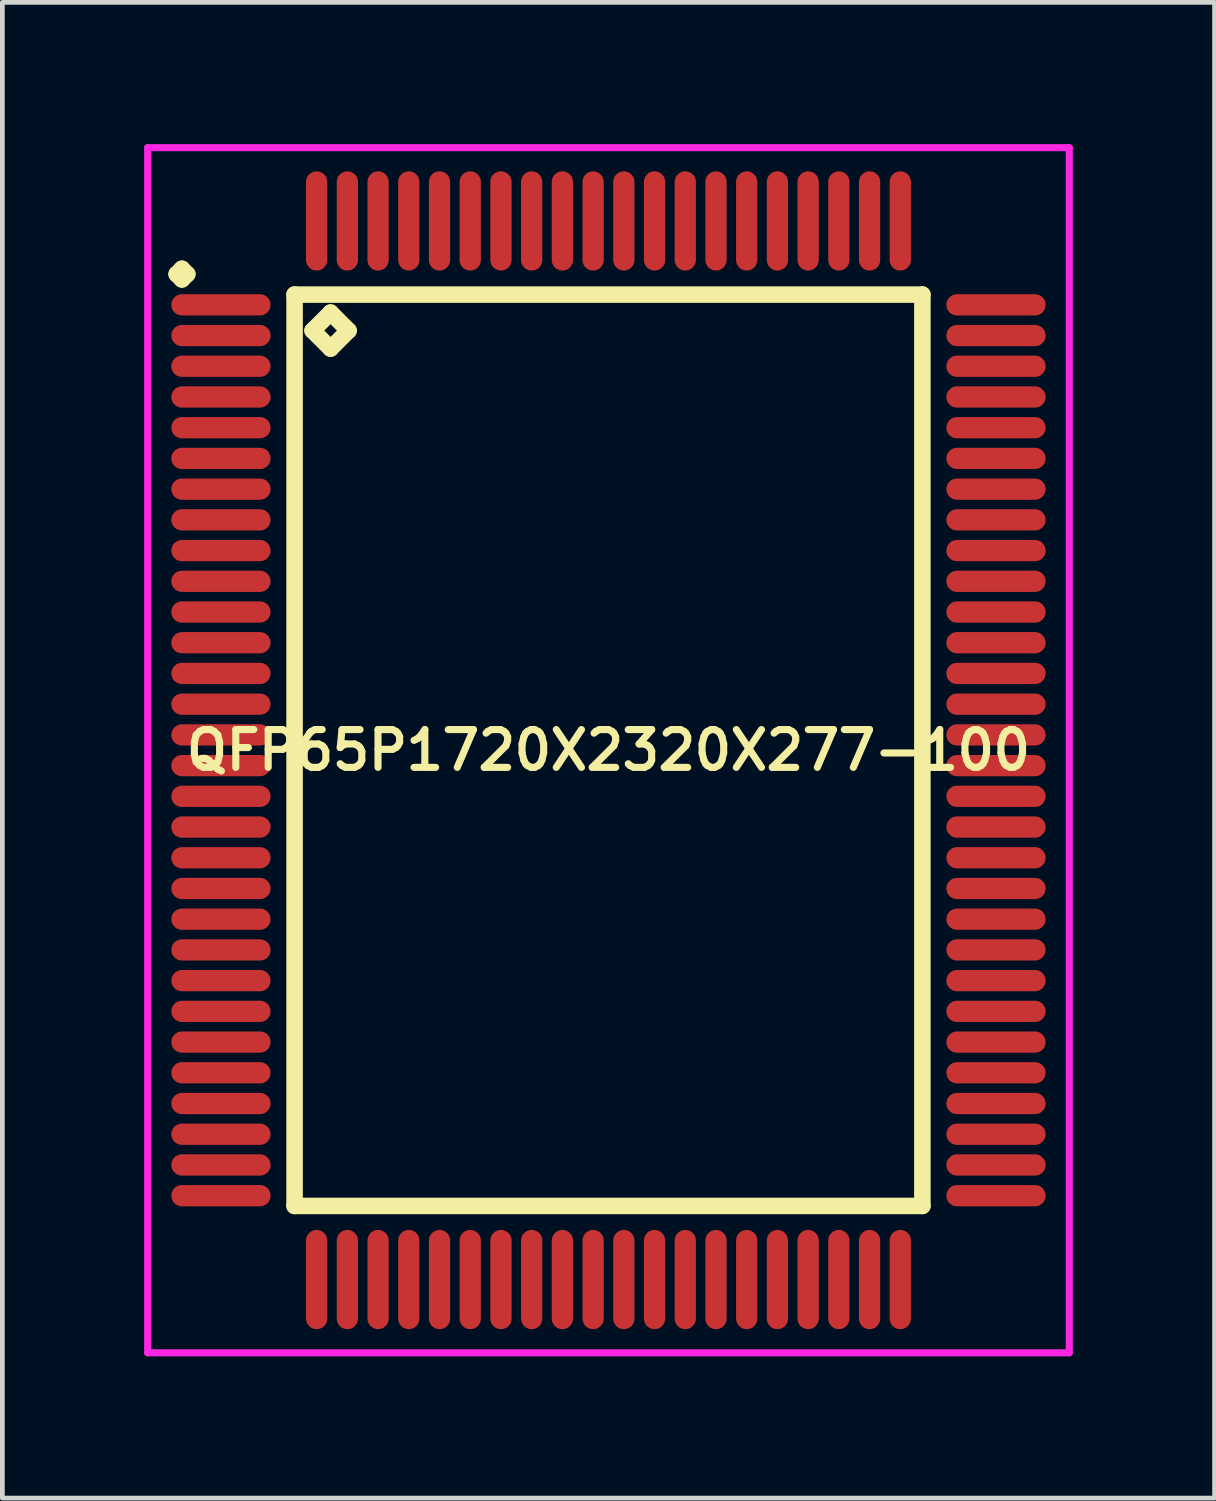
<source format=kicad_pcb>
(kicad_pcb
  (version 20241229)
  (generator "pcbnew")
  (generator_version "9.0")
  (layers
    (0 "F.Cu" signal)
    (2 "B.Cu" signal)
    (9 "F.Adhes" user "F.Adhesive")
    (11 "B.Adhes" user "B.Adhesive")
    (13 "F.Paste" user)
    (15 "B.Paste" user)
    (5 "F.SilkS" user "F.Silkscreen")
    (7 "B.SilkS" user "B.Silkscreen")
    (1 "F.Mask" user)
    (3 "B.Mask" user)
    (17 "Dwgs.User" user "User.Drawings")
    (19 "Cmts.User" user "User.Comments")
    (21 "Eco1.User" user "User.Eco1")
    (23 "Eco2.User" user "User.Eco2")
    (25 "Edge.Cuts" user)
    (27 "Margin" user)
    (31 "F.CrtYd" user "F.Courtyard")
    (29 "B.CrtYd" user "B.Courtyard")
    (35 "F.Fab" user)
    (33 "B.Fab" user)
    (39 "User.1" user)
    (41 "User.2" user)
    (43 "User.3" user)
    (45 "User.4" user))
  (footprint "QFP65P1720X2320X277-100"
    (layer "F.Cu")
    (at 9.825 12.825)
    (property "Reference" "QFP65P1720X2320X277-100" (at 0 0 0) (layer "F.SilkS") (effects (font (size 0.8 0.8) (thickness 0.15))))
    (attr smd)
    (fp_line (start -9.137 -10.075) (end -9.025 -10.188) (stroke (width 0.35) (type solid)) (layer "F.SilkS"))
    (fp_line (start -9.025 -10.188) (end -8.912 -10.075) (stroke (width 0.35) (type solid)) (layer "F.SilkS"))
    (fp_line (start -9.025 -9.963) (end -9.137 -10.075) (stroke (width 0.35) (type solid)) (layer "F.SilkS"))
    (fp_line (start -8.912 -10.075) (end -9.025 -9.963) (stroke (width 0.35) (type solid)) (layer "F.SilkS"))
    (fp_line (start -6.642 -9.642) (end -6.642 9.642) (stroke (width 0.35) (type solid)) (layer "F.SilkS"))
    (fp_line (start -6.642 9.642) (end 6.642 9.642) (stroke (width 0.35) (type solid)) (layer "F.SilkS"))
    (fp_line (start -6.261 -8.88) (end -5.88 -9.261) (stroke (width 0.35) (type solid)) (layer "F.SilkS"))
    (fp_line (start -5.88 -9.261) (end -5.499 -8.88) (stroke (width 0.35) (type solid)) (layer "F.SilkS"))
    (fp_line (start -5.88 -8.499) (end -6.261 -8.88) (stroke (width 0.35) (type solid)) (layer "F.SilkS"))
    (fp_line (start -5.499 -8.88) (end -5.88 -8.499) (stroke (width 0.35) (type solid)) (layer "F.SilkS"))
    (fp_line (start 6.642 -9.642) (end -6.642 -9.642) (stroke (width 0.35) (type solid)) (layer "F.SilkS"))
    (fp_line (start 6.642 9.642) (end 6.642 -9.642) (stroke (width 0.35) (type solid)) (layer "F.SilkS"))
    (fp_line (start -9.75 -12.75) (end 9.75 -12.75) (stroke (width 0.15) (type solid)) (layer "F.CrtYd"))
    (fp_line (start -9.75 12.75) (end -9.75 -12.75) (stroke (width 0.15) (type solid)) (layer "F.CrtYd"))
    (fp_line (start 9.75 -12.75) (end 9.75 12.75) (stroke (width 0.15) (type solid)) (layer "F.CrtYd"))
    (fp_line (start 9.75 12.75) (end -9.75 12.75) (stroke (width 0.15) (type solid)) (layer "F.CrtYd"))
    (pad "1" smd oval (at -8.2 -9.425) (size 2.1 0.45) (layers "F.Cu" "F.Mask" "F.Paste"))
    (pad "2" smd oval (at -8.2 -8.775) (size 2.1 0.45) (layers "F.Cu" "F.Mask" "F.Paste"))
    (pad "3" smd oval (at -8.2 -8.125) (size 2.1 0.45) (layers "F.Cu" "F.Mask" "F.Paste"))
    (pad "4" smd oval (at -8.2 -7.475) (size 2.1 0.45) (layers "F.Cu" "F.Mask" "F.Paste"))
    (pad "5" smd oval (at -8.2 -6.825) (size 2.1 0.45) (layers "F.Cu" "F.Mask" "F.Paste"))
    (pad "6" smd oval (at -8.2 -6.175) (size 2.1 0.45) (layers "F.Cu" "F.Mask" "F.Paste"))
    (pad "7" smd oval (at -8.2 -5.525) (size 2.1 0.45) (layers "F.Cu" "F.Mask" "F.Paste"))
    (pad "8" smd oval (at -8.2 -4.875) (size 2.1 0.45) (layers "F.Cu" "F.Mask" "F.Paste"))
    (pad "9" smd oval (at -8.2 -4.225) (size 2.1 0.45) (layers "F.Cu" "F.Mask" "F.Paste"))
    (pad "10" smd oval (at -8.2 -3.575) (size 2.1 0.45) (layers "F.Cu" "F.Mask" "F.Paste"))
    (pad "11" smd oval (at -8.2 -2.925) (size 2.1 0.45) (layers "F.Cu" "F.Mask" "F.Paste"))
    (pad "12" smd oval (at -8.2 -2.275) (size 2.1 0.45) (layers "F.Cu" "F.Mask" "F.Paste"))
    (pad "13" smd oval (at -8.2 -1.625) (size 2.1 0.45) (layers "F.Cu" "F.Mask" "F.Paste"))
    (pad "14" smd oval (at -8.2 -0.975) (size 2.1 0.45) (layers "F.Cu" "F.Mask" "F.Paste"))
    (pad "15" smd oval (at -8.2 -0.325) (size 2.1 0.45) (layers "F.Cu" "F.Mask" "F.Paste"))
    (pad "16" smd oval (at -8.2 0.325) (size 2.1 0.45) (layers "F.Cu" "F.Mask" "F.Paste"))
    (pad "17" smd oval (at -8.2 0.975) (size 2.1 0.45) (layers "F.Cu" "F.Mask" "F.Paste"))
    (pad "18" smd oval (at -8.2 1.625) (size 2.1 0.45) (layers "F.Cu" "F.Mask" "F.Paste"))
    (pad "19" smd oval (at -8.2 2.275) (size 2.1 0.45) (layers "F.Cu" "F.Mask" "F.Paste"))
    (pad "20" smd oval (at -8.2 2.925) (size 2.1 0.45) (layers "F.Cu" "F.Mask" "F.Paste"))
    (pad "21" smd oval (at -8.2 3.575) (size 2.1 0.45) (layers "F.Cu" "F.Mask" "F.Paste"))
    (pad "22" smd oval (at -8.2 4.225) (size 2.1 0.45) (layers "F.Cu" "F.Mask" "F.Paste"))
    (pad "23" smd oval (at -8.2 4.875) (size 2.1 0.45) (layers "F.Cu" "F.Mask" "F.Paste"))
    (pad "24" smd oval (at -8.2 5.525) (size 2.1 0.45) (layers "F.Cu" "F.Mask" "F.Paste"))
    (pad "25" smd oval (at -8.2 6.175) (size 2.1 0.45) (layers "F.Cu" "F.Mask" "F.Paste"))
    (pad "26" smd oval (at -8.2 6.825) (size 2.1 0.45) (layers "F.Cu" "F.Mask" "F.Paste"))
    (pad "27" smd oval (at -8.2 7.475) (size 2.1 0.45) (layers "F.Cu" "F.Mask" "F.Paste"))
    (pad "28" smd oval (at -8.2 8.125) (size 2.1 0.45) (layers "F.Cu" "F.Mask" "F.Paste"))
    (pad "29" smd oval (at -8.2 8.775) (size 2.1 0.45) (layers "F.Cu" "F.Mask" "F.Paste"))
    (pad "30" smd oval (at -8.2 9.425) (size 2.1 0.45) (layers "F.Cu" "F.Mask" "F.Paste"))
    (pad "31" smd oval (at -6.175 11.2) (size 0.45 2.1) (layers "F.Cu" "F.Mask" "F.Paste"))
    (pad "32" smd oval (at -5.525 11.2) (size 0.45 2.1) (layers "F.Cu" "F.Mask" "F.Paste"))
    (pad "33" smd oval (at -4.875 11.2) (size 0.45 2.1) (layers "F.Cu" "F.Mask" "F.Paste"))
    (pad "34" smd oval (at -4.225 11.2) (size 0.45 2.1) (layers "F.Cu" "F.Mask" "F.Paste"))
    (pad "35" smd oval (at -3.575 11.2) (size 0.45 2.1) (layers "F.Cu" "F.Mask" "F.Paste"))
    (pad "36" smd oval (at -2.925 11.2) (size 0.45 2.1) (layers "F.Cu" "F.Mask" "F.Paste"))
    (pad "37" smd oval (at -2.275 11.2) (size 0.45 2.1) (layers "F.Cu" "F.Mask" "F.Paste"))
    (pad "38" smd oval (at -1.625 11.2) (size 0.45 2.1) (layers "F.Cu" "F.Mask" "F.Paste"))
    (pad "39" smd oval (at -0.975 11.2) (size 0.45 2.1) (layers "F.Cu" "F.Mask" "F.Paste"))
    (pad "40" smd oval (at -0.325 11.2) (size 0.45 2.1) (layers "F.Cu" "F.Mask" "F.Paste"))
    (pad "41" smd oval (at 0.325 11.2) (size 0.45 2.1) (layers "F.Cu" "F.Mask" "F.Paste"))
    (pad "42" smd oval (at 0.975 11.2) (size 0.45 2.1) (layers "F.Cu" "F.Mask" "F.Paste"))
    (pad "43" smd oval (at 1.625 11.2) (size 0.45 2.1) (layers "F.Cu" "F.Mask" "F.Paste"))
    (pad "44" smd oval (at 2.275 11.2) (size 0.45 2.1) (layers "F.Cu" "F.Mask" "F.Paste"))
    (pad "45" smd oval (at 2.925 11.2) (size 0.45 2.1) (layers "F.Cu" "F.Mask" "F.Paste"))
    (pad "46" smd oval (at 3.575 11.2) (size 0.45 2.1) (layers "F.Cu" "F.Mask" "F.Paste"))
    (pad "47" smd oval (at 4.225 11.2) (size 0.45 2.1) (layers "F.Cu" "F.Mask" "F.Paste"))
    (pad "48" smd oval (at 4.875 11.2) (size 0.45 2.1) (layers "F.Cu" "F.Mask" "F.Paste"))
    (pad "49" smd oval (at 5.525 11.2) (size 0.45 2.1) (layers "F.Cu" "F.Mask" "F.Paste"))
    (pad "50" smd oval (at 6.175 11.2) (size 0.45 2.1) (layers "F.Cu" "F.Mask" "F.Paste"))
    (pad "51" smd oval (at 8.2 9.425) (size 2.1 0.45) (layers "F.Cu" "F.Mask" "F.Paste"))
    (pad "52" smd oval (at 8.2 8.775) (size 2.1 0.45) (layers "F.Cu" "F.Mask" "F.Paste"))
    (pad "53" smd oval (at 8.2 8.125) (size 2.1 0.45) (layers "F.Cu" "F.Mask" "F.Paste"))
    (pad "54" smd oval (at 8.2 7.475) (size 2.1 0.45) (layers "F.Cu" "F.Mask" "F.Paste"))
    (pad "55" smd oval (at 8.2 6.825) (size 2.1 0.45) (layers "F.Cu" "F.Mask" "F.Paste"))
    (pad "56" smd oval (at 8.2 6.175) (size 2.1 0.45) (layers "F.Cu" "F.Mask" "F.Paste"))
    (pad "57" smd oval (at 8.2 5.525) (size 2.1 0.45) (layers "F.Cu" "F.Mask" "F.Paste"))
    (pad "58" smd oval (at 8.2 4.875) (size 2.1 0.45) (layers "F.Cu" "F.Mask" "F.Paste"))
    (pad "59" smd oval (at 8.2 4.225) (size 2.1 0.45) (layers "F.Cu" "F.Mask" "F.Paste"))
    (pad "60" smd oval (at 8.2 3.575) (size 2.1 0.45) (layers "F.Cu" "F.Mask" "F.Paste"))
    (pad "61" smd oval (at 8.2 2.925) (size 2.1 0.45) (layers "F.Cu" "F.Mask" "F.Paste"))
    (pad "62" smd oval (at 8.2 2.275) (size 2.1 0.45) (layers "F.Cu" "F.Mask" "F.Paste"))
    (pad "63" smd oval (at 8.2 1.625) (size 2.1 0.45) (layers "F.Cu" "F.Mask" "F.Paste"))
    (pad "64" smd oval (at 8.2 0.975) (size 2.1 0.45) (layers "F.Cu" "F.Mask" "F.Paste"))
    (pad "65" smd oval (at 8.2 0.325) (size 2.1 0.45) (layers "F.Cu" "F.Mask" "F.Paste"))
    (pad "66" smd oval (at 8.2 -0.325) (size 2.1 0.45) (layers "F.Cu" "F.Mask" "F.Paste"))
    (pad "67" smd oval (at 8.2 -0.975) (size 2.1 0.45) (layers "F.Cu" "F.Mask" "F.Paste"))
    (pad "68" smd oval (at 8.2 -1.625) (size 2.1 0.45) (layers "F.Cu" "F.Mask" "F.Paste"))
    (pad "69" smd oval (at 8.2 -2.275) (size 2.1 0.45) (layers "F.Cu" "F.Mask" "F.Paste"))
    (pad "70" smd oval (at 8.2 -2.925) (size 2.1 0.45) (layers "F.Cu" "F.Mask" "F.Paste"))
    (pad "71" smd oval (at 8.2 -3.575) (size 2.1 0.45) (layers "F.Cu" "F.Mask" "F.Paste"))
    (pad "72" smd oval (at 8.2 -4.225) (size 2.1 0.45) (layers "F.Cu" "F.Mask" "F.Paste"))
    (pad "73" smd oval (at 8.2 -4.875) (size 2.1 0.45) (layers "F.Cu" "F.Mask" "F.Paste"))
    (pad "74" smd oval (at 8.2 -5.525) (size 2.1 0.45) (layers "F.Cu" "F.Mask" "F.Paste"))
    (pad "75" smd oval (at 8.2 -6.175) (size 2.1 0.45) (layers "F.Cu" "F.Mask" "F.Paste"))
    (pad "76" smd oval (at 8.2 -6.825) (size 2.1 0.45) (layers "F.Cu" "F.Mask" "F.Paste"))
    (pad "77" smd oval (at 8.2 -7.475) (size 2.1 0.45) (layers "F.Cu" "F.Mask" "F.Paste"))
    (pad "78" smd oval (at 8.2 -8.125) (size 2.1 0.45) (layers "F.Cu" "F.Mask" "F.Paste"))
    (pad "79" smd oval (at 8.2 -8.775) (size 2.1 0.45) (layers "F.Cu" "F.Mask" "F.Paste"))
    (pad "80" smd oval (at 8.2 -9.425) (size 2.1 0.45) (layers "F.Cu" "F.Mask" "F.Paste"))
    (pad "81" smd oval (at 6.175 -11.2) (size 0.45 2.1) (layers "F.Cu" "F.Mask" "F.Paste"))
    (pad "82" smd oval (at 5.525 -11.2) (size 0.45 2.1) (layers "F.Cu" "F.Mask" "F.Paste"))
    (pad "83" smd oval (at 4.875 -11.2) (size 0.45 2.1) (layers "F.Cu" "F.Mask" "F.Paste"))
    (pad "84" smd oval (at 4.225 -11.2) (size 0.45 2.1) (layers "F.Cu" "F.Mask" "F.Paste"))
    (pad "85" smd oval (at 3.575 -11.2) (size 0.45 2.1) (layers "F.Cu" "F.Mask" "F.Paste"))
    (pad "86" smd oval (at 2.925 -11.2) (size 0.45 2.1) (layers "F.Cu" "F.Mask" "F.Paste"))
    (pad "87" smd oval (at 2.275 -11.2) (size 0.45 2.1) (layers "F.Cu" "F.Mask" "F.Paste"))
    (pad "88" smd oval (at 1.625 -11.2) (size 0.45 2.1) (layers "F.Cu" "F.Mask" "F.Paste"))
    (pad "89" smd oval (at 0.975 -11.2) (size 0.45 2.1) (layers "F.Cu" "F.Mask" "F.Paste"))
    (pad "90" smd oval (at 0.325 -11.2) (size 0.45 2.1) (layers "F.Cu" "F.Mask" "F.Paste"))
    (pad "91" smd oval (at -0.325 -11.2) (size 0.45 2.1) (layers "F.Cu" "F.Mask" "F.Paste"))
    (pad "92" smd oval (at -0.975 -11.2) (size 0.45 2.1) (layers "F.Cu" "F.Mask" "F.Paste"))
    (pad "93" smd oval (at -1.625 -11.2) (size 0.45 2.1) (layers "F.Cu" "F.Mask" "F.Paste"))
    (pad "94" smd oval (at -2.275 -11.2) (size 0.45 2.1) (layers "F.Cu" "F.Mask" "F.Paste"))
    (pad "95" smd oval (at -2.925 -11.2) (size 0.45 2.1) (layers "F.Cu" "F.Mask" "F.Paste"))
    (pad "96" smd oval (at -3.575 -11.2) (size 0.45 2.1) (layers "F.Cu" "F.Mask" "F.Paste"))
    (pad "97" smd oval (at -4.225 -11.2) (size 0.45 2.1) (layers "F.Cu" "F.Mask" "F.Paste"))
    (pad "98" smd oval (at -4.875 -11.2) (size 0.45 2.1) (layers "F.Cu" "F.Mask" "F.Paste"))
    (pad "99" smd oval (at -5.525 -11.2) (size 0.45 2.1) (layers "F.Cu" "F.Mask" "F.Paste"))
    (pad "100" smd oval (at -6.175 -11.2) (size 0.45 2.1) (layers "F.Cu" "F.Mask" "F.Paste")))
  (gr_rect
    (start -3 -3)
    (end 22.65 28.65)
    (stroke (width 0.1) (type default))
    (fill no)
    (layer "Edge.Cuts")))
</source>
